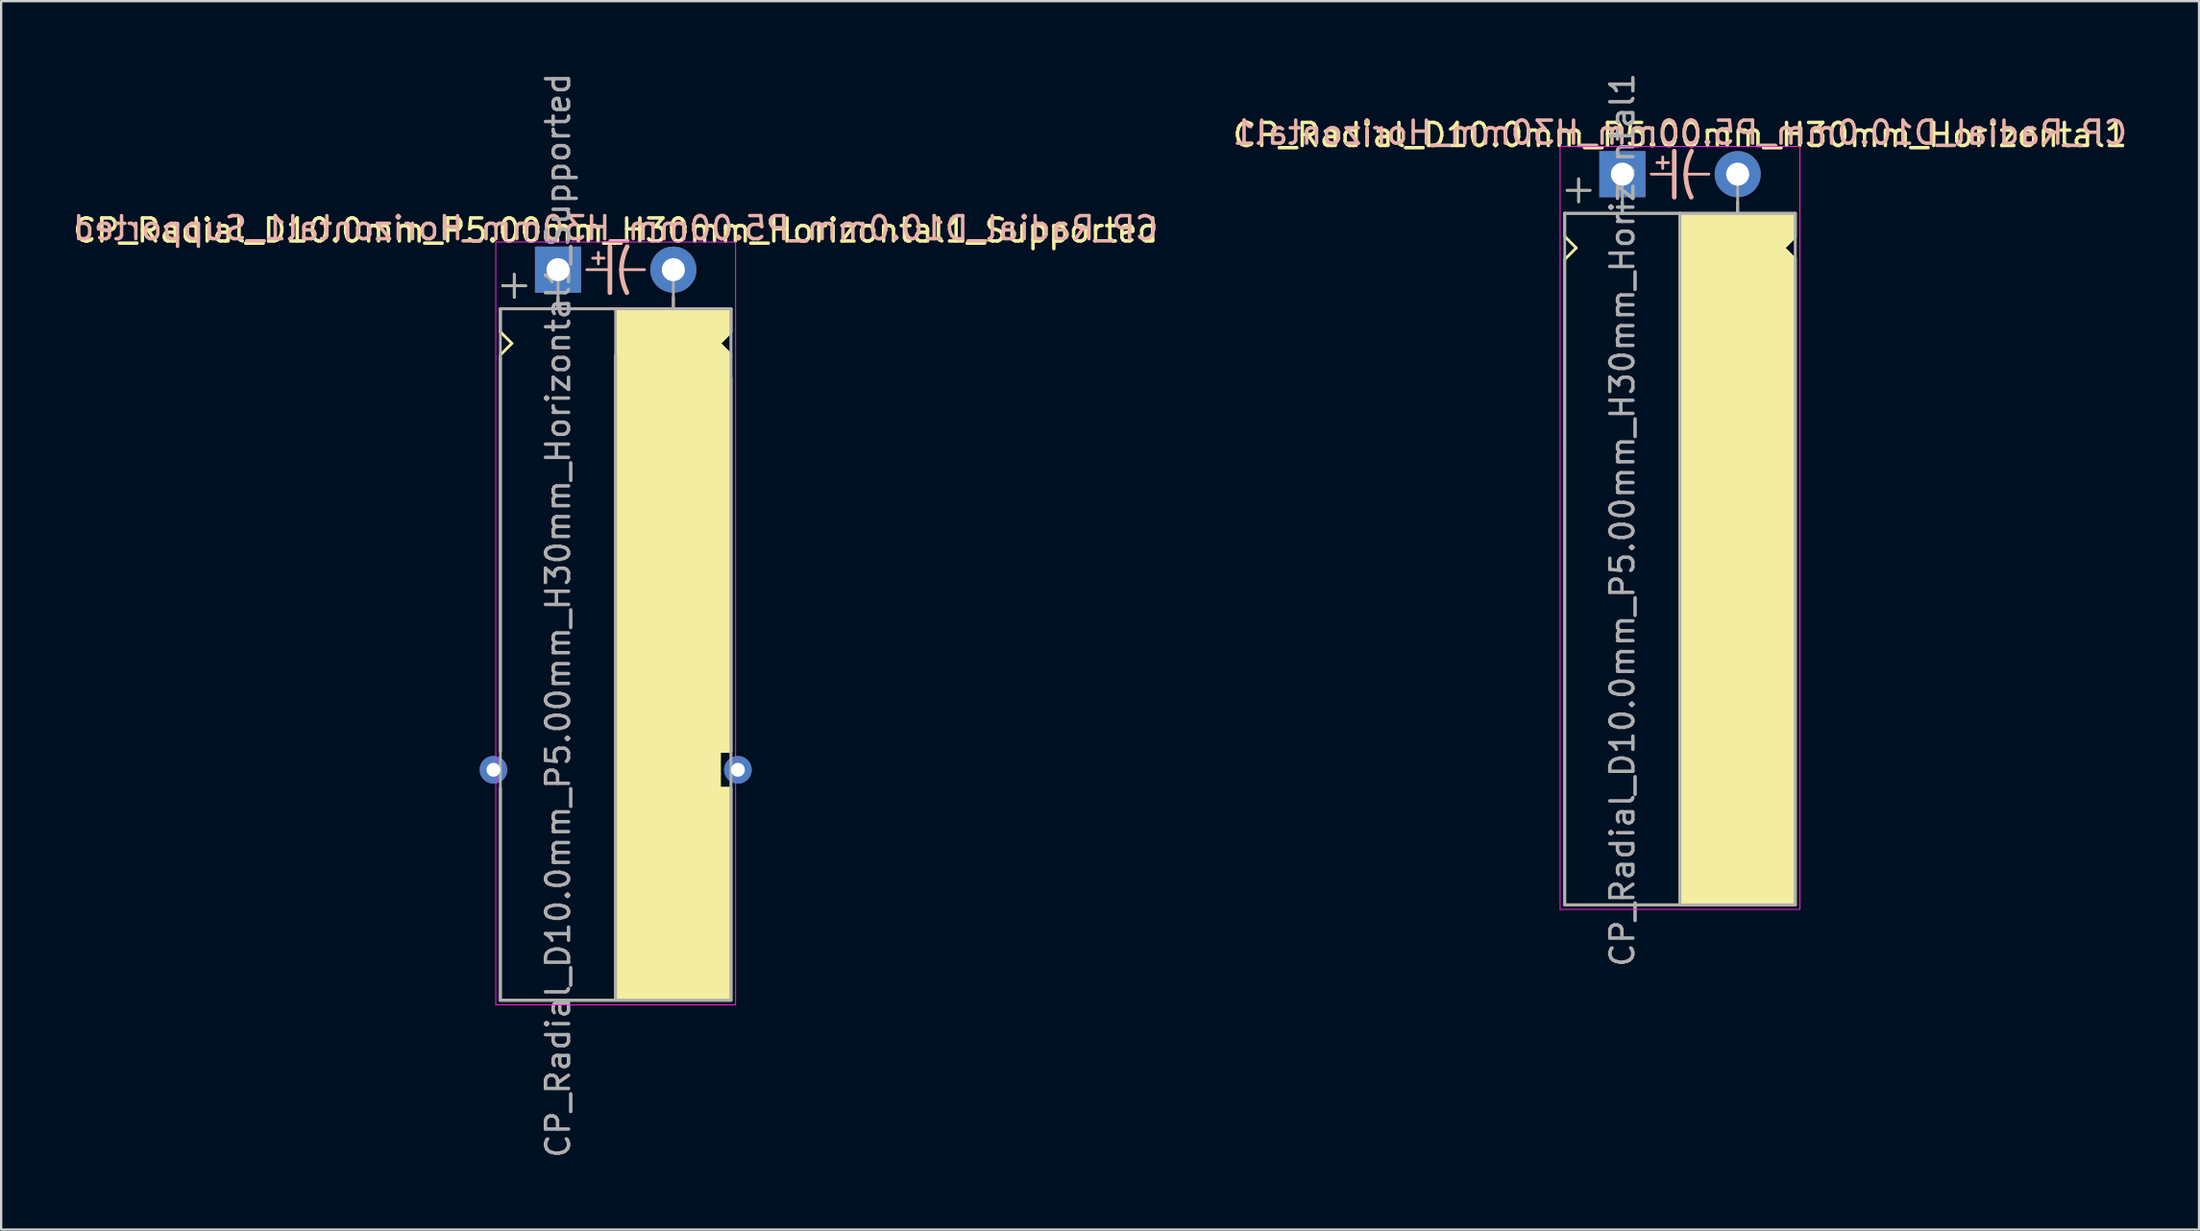
<source format=kicad_pcb>
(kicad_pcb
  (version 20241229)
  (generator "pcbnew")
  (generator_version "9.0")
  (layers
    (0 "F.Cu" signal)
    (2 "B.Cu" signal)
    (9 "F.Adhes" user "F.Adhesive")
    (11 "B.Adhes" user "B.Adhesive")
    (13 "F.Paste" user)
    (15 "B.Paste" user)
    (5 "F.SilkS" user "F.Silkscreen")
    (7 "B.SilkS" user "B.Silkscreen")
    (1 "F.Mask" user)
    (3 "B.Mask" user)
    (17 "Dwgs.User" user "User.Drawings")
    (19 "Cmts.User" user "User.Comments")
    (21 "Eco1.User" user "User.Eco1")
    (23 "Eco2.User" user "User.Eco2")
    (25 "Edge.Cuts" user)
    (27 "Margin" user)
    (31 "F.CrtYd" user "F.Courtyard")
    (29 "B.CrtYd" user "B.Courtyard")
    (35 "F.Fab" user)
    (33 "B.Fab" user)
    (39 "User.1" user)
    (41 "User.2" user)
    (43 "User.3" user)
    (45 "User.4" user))
  (footprint "CP_Radial_D10.0mm_P5.00mm_H30mm_Horizontal1"
    (layer "F.Cu")
    (at 67.304 4.506)
    (property "Reference" "CP_Radial_D10.0mm_P5.00mm_H30mm_Horizontal1" (at 2.5 -1.7 0) (layer "F.SilkS") (effects (font (size 1 1) (thickness 0.15))))
    (fp_line (start -2.5 1.7) (end -2.5 2.7) (stroke (width 0.12) (type solid)) (layer "F.SilkS"))
    (fp_line (start -2.5 2.7) (end -2 3.2) (stroke (width 0.12) (type solid)) (layer "F.SilkS"))
    (fp_line (start -2.5 3.7) (end -2.5 11.7) (stroke (width 0.12) (type solid)) (layer "F.SilkS"))
    (fp_line (start -2.5 11.7) (end -2.5 31.7) (stroke (width 0.12) (type solid)) (layer "F.SilkS"))
    (fp_line (start -2.5 31.7) (end 7.5 31.7) (stroke (width 0.12) (type solid)) (layer "F.SilkS"))
    (fp_line (start -2 3.2) (end -2.5 3.7) (stroke (width 0.12) (type solid)) (layer "F.SilkS"))
    (fp_line (start -1.9 0.2) (end -1.9 1.2) (stroke (width 0.12) (type solid)) (layer "F.SilkS"))
    (fp_line (start -1.4 0.7) (end -2.4 0.7) (stroke (width 0.12) (type solid)) (layer "F.SilkS"))
    (fp_line (start 0 1.7) (end 0 1.2) (stroke (width 0.12) (type solid)) (layer "F.SilkS"))
    (fp_line (start 2.5 1.7) (end -2.5 1.7) (stroke (width 0.12) (type solid)) (layer "F.SilkS"))
    (fp_line (start 2.5 31.7) (end 2.5 1.7) (stroke (width 0.12) (type solid)) (layer "F.SilkS"))
    (fp_line (start 5 1.7) (end 5 1.2) (stroke (width 0.12) (type solid)) (layer "F.SilkS"))
    (fp_line (start 7 3.2) (end 7.5 3.7) (stroke (width 0.12) (type solid)) (layer "F.SilkS"))
    (fp_line (start 7.5 1.7) (end 2.5 1.7) (stroke (width 0.12) (type solid)) (layer "F.SilkS"))
    (fp_line (start 7.5 1.7) (end 7.5 2.7) (stroke (width 0.12) (type solid)) (layer "F.SilkS"))
    (fp_line (start 7.5 2.7) (end 7 3.2) (stroke (width 0.12) (type solid)) (layer "F.SilkS"))
    (fp_line (start 7.5 3.7) (end 7.5 11.7) (stroke (width 0.12) (type solid)) (layer "F.SilkS"))
    (fp_line (start 7.5 11.7) (end 7.5 31.7) (stroke (width 0.12) (type solid)) (layer "F.SilkS"))
    (fp_poly (pts (xy 7.5 2.7) (xy 7 3.2) (xy 7.5 3.7) (xy 7.5 31.7) (xy 2.5 31.7) (xy 2.5 1.7) (xy 7.5 1.7)) (stroke (width 0.1) (type solid)) (fill yes) (layer "F.SilkS"))
    (fp_line (start 1.25 0) (end 2.25 0) (stroke (width 0.12) (type solid)) (layer "B.SilkS"))
    (fp_line (start 1.5 -0.5) (end 2 -0.5) (stroke (width 0.12) (type solid)) (layer "B.SilkS"))
    (fp_line (start 1.75 -0.75) (end 1.75 -0.25) (stroke (width 0.12) (type solid)) (layer "B.SilkS"))
    (fp_line (start 2.25 1) (end 2.25 -1) (stroke (width 0.2) (type solid)) (layer "B.SilkS"))
    (fp_line (start 3.75 0) (end 2.75 0) (stroke (width 0.12) (type solid)) (layer "B.SilkS"))
    (fp_arc (start 2.75 0) (mid 2.816707 -0.514573) (end 3 -1) (stroke (width 0.2) (type solid)) (layer "B.SilkS"))
    (fp_arc (start 2.987539 1) (mid 2.810248 0.513901) (end 2.75 0) (stroke (width 0.2) (type solid)) (layer "B.SilkS"))
    (fp_line (start -2.7 -1.2) (end 5.3 -1.2) (stroke (width 0.04) (type solid)) (layer "F.CrtYd"))
    (fp_line (start -2.7 31.9) (end -2.7 -1.2) (stroke (width 0.04) (type solid)) (layer "F.CrtYd"))
    (fp_line (start 5.3 -1.2) (end 7.7 -1.2) (stroke (width 0.04) (type solid)) (layer "F.CrtYd"))
    (fp_line (start 7.7 -1.2) (end 7.7 31.9) (stroke (width 0.04) (type solid)) (layer "F.CrtYd"))
    (fp_line (start 7.7 31.9) (end -2.7 31.9) (stroke (width 0.04) (type solid)) (layer "F.CrtYd"))
    (fp_line (start -2.5 1.7) (end -2.5 31.7) (stroke (width 0.12) (type solid)) (layer "F.Fab"))
    (fp_line (start -2.5 31.7) (end 7.5 31.7) (stroke (width 0.12) (type solid)) (layer "F.Fab"))
    (fp_line (start -2.4 0.7) (end -1.4 0.7) (stroke (width 0.1) (type solid)) (layer "F.Fab"))
    (fp_line (start -1.9 1.2) (end -1.9 0.2) (stroke (width 0.1) (type solid)) (layer "F.Fab"))
    (fp_line (start 0 1.7) (end 0 0) (stroke (width 0.12) (type solid)) (layer "F.Fab"))
    (fp_line (start 2.5 1.7) (end 2.5 31.7) (stroke (width 0.12) (type solid)) (layer "F.Fab"))
    (fp_line (start 5 1.7) (end 5 0) (stroke (width 0.12) (type solid)) (layer "F.Fab"))
    (fp_line (start 7.5 1.7) (end -2.5 1.7) (stroke (width 0.12) (type solid)) (layer "F.Fab"))
    (fp_line (start 7.5 31.7) (end 7.5 1.7) (stroke (width 0.12) (type solid)) (layer "F.Fab"))
    (fp_poly (pts (xy 7.5 31.7) (xy 2.5 31.7) (xy 2.5 1.7) (xy 7.5 1.7)) (stroke (width 0.1) (type solid)) (fill no) (layer "F.Fab"))
    (fp_text user "${REFERENCE}" (at 2.5 -1.8 0) (layer "B.SilkS") (effects (font (size 1 1) (thickness 0.15)) (justify mirror)))
    (fp_text user "${REFERENCE}" (at 0 15 90) (layer "F.Fab") (effects (font (size 1 1) (thickness 0.15))))
    (pad "1" thru_hole rect (at 0 0) (size 2 2) (drill 1) (layers "*.Cu" "*.Mask"))
    (pad "2" thru_hole circle (at 5 0) (size 2 2) (drill 1) (layers "*.Cu" "*.Mask")))
  (footprint "CP_Radial_D10.0mm_P5.00mm_H30mm_Horizontal1_Supported"
    (layer "F.Cu")
    (at 21.149 8.649)
    (property "Reference" "CP_Radial_D10.0mm_P5.00mm_H30mm_Horizontal1_Supported" (at 2.5 -1.7 0) (layer "F.SilkS") (effects (font (size 1 1) (thickness 0.15))))
    (fp_line (start -2.5 1.7) (end -2.5 2.7) (stroke (width 0.12) (type solid)) (layer "F.SilkS"))
    (fp_line (start -2.5 2.7) (end -2 3.2) (stroke (width 0.12) (type solid)) (layer "F.SilkS"))
    (fp_line (start -2.5 3.8) (end -2.5 20.9) (stroke (width 0.12) (type solid)) (layer "F.SilkS"))
    (fp_line (start -2.5 22.5) (end -2.5 31.7) (stroke (width 0.12) (type solid)) (layer "F.SilkS"))
    (fp_line (start -2.5 31.7) (end 7.5 31.7) (stroke (width 0.12) (type solid)) (layer "F.SilkS"))
    (fp_line (start -2 3.2) (end -2.5 3.7) (stroke (width 0.12) (type solid)) (layer "F.SilkS"))
    (fp_line (start -1.9 0.2) (end -1.9 1.2) (stroke (width 0.12) (type solid)) (layer "F.SilkS"))
    (fp_line (start -1.4 0.7) (end -2.4 0.7) (stroke (width 0.12) (type solid)) (layer "F.SilkS"))
    (fp_line (start 0 1.7) (end 0 1.2) (stroke (width 0.12) (type solid)) (layer "F.SilkS"))
    (fp_line (start 2.5 1.7) (end -2.5 1.7) (stroke (width 0.12) (type solid)) (layer "F.SilkS"))
    (fp_line (start 2.5 31.7) (end 2.5 3.7) (stroke (width 0.12) (type solid)) (layer "F.SilkS"))
    (fp_line (start 5 1.7) (end 5 1.2) (stroke (width 0.12) (type solid)) (layer "F.SilkS"))
    (fp_line (start 7 3.2) (end 7.5 3.7) (stroke (width 0.12) (type solid)) (layer "F.SilkS"))
    (fp_line (start 7 20.9) (end 7.5 20.9) (stroke (width 0.12) (type solid)) (layer "F.SilkS"))
    (fp_line (start 7 21.9) (end 7 20.9) (stroke (width 0.12) (type solid)) (layer "F.SilkS"))
    (fp_line (start 7 22.5) (end 7 21.9) (stroke (width 0.12) (type solid)) (layer "F.SilkS"))
    (fp_line (start 7.5 1.7) (end 2.5 1.7) (stroke (width 0.12) (type solid)) (layer "F.SilkS"))
    (fp_line (start 7.5 1.7) (end 7.5 2.7) (stroke (width 0.12) (type solid)) (layer "F.SilkS"))
    (fp_line (start 7.5 2.7) (end 7 3.2) (stroke (width 0.12) (type solid)) (layer "F.SilkS"))
    (fp_line (start 7.5 4.7) (end 7.5 20.9) (stroke (width 0.12) (type solid)) (layer "F.SilkS"))
    (fp_line (start 7.5 22.5) (end 7 22.5) (stroke (width 0.12) (type solid)) (layer "F.SilkS"))
    (fp_line (start 7.5 22.5) (end 7.5 31.7) (stroke (width 0.12) (type solid)) (layer "F.SilkS"))
    (fp_poly (pts (xy 7.5 2.7) (xy 7 3.2) (xy 7.5 3.7) (xy 7.5 20.9) (xy 7 20.9) (xy 7 22.5) (xy 7.5 22.5) (xy 7.5 31.7) (xy 2.5 31.7) (xy 2.5 1.7) (xy 7.5 1.7)) (stroke (width 0.1) (type solid)) (fill yes) (layer "F.SilkS"))
    (fp_line (start 1.25 0) (end 2.25 0) (stroke (width 0.12) (type solid)) (layer "B.SilkS"))
    (fp_line (start 1.5 -0.5) (end 2 -0.5) (stroke (width 0.12) (type solid)) (layer "B.SilkS"))
    (fp_line (start 1.75 -0.75) (end 1.75 -0.25) (stroke (width 0.12) (type solid)) (layer "B.SilkS"))
    (fp_line (start 2.25 1) (end 2.25 -1) (stroke (width 0.2) (type solid)) (layer "B.SilkS"))
    (fp_line (start 3.75 0) (end 2.75 0) (stroke (width 0.12) (type solid)) (layer "B.SilkS"))
    (fp_arc (start 2.75 0) (mid 2.816707 -0.514573) (end 3 -1) (stroke (width 0.2) (type solid)) (layer "B.SilkS"))
    (fp_arc (start 2.987539 1) (mid 2.810248 0.513901) (end 2.75 0) (stroke (width 0.2) (type solid)) (layer "B.SilkS"))
    (fp_line (start -2.7 -1.2) (end 5.3 -1.2) (stroke (width 0.04) (type solid)) (layer "F.CrtYd"))
    (fp_line (start -2.7 31.9) (end -2.7 -1.2) (stroke (width 0.04) (type solid)) (layer "F.CrtYd"))
    (fp_line (start 5.3 -1.2) (end 7.7 -1.2) (stroke (width 0.04) (type solid)) (layer "F.CrtYd"))
    (fp_line (start 7.7 -1.2) (end 7.7 31.9) (stroke (width 0.04) (type solid)) (layer "F.CrtYd"))
    (fp_line (start 7.7 31.9) (end -2.7 31.9) (stroke (width 0.04) (type solid)) (layer "F.CrtYd"))
    (fp_line (start -2.5 1.7) (end -2.5 31.7) (stroke (width 0.12) (type solid)) (layer "F.Fab"))
    (fp_line (start -2.5 31.7) (end 7.5 31.7) (stroke (width 0.12) (type solid)) (layer "F.Fab"))
    (fp_line (start -2.4 0.7) (end -1.4 0.7) (stroke (width 0.1) (type solid)) (layer "F.Fab"))
    (fp_line (start -1.9 1.2) (end -1.9 0.2) (stroke (width 0.1) (type solid)) (layer "F.Fab"))
    (fp_line (start 0 1.7) (end 0 0) (stroke (width 0.12) (type solid)) (layer "F.Fab"))
    (fp_line (start 2.5 3.7) (end 2.5 31.7) (stroke (width 0.12) (type solid)) (layer "F.Fab"))
    (fp_line (start 5 1.7) (end 5 0) (stroke (width 0.12) (type solid)) (layer "F.Fab"))
    (fp_line (start 7.5 1.7) (end -2.5 1.7) (stroke (width 0.12) (type solid)) (layer "F.Fab"))
    (fp_line (start 7.5 31.7) (end 7.5 1.7) (stroke (width 0.12) (type solid)) (layer "F.Fab"))
    (fp_poly (pts (xy 7.5 31.7) (xy 2.5 31.7) (xy 2.5 1.7) (xy 7.5 1.7)) (stroke (width 0.1) (type solid)) (fill no) (layer "F.Fab"))
    (fp_text user "${REFERENCE}" (at 2.5 -1.8 0) (layer "B.SilkS") (effects (font (size 1 1) (thickness 0.15)) (justify mirror)))
    (fp_text user "${REFERENCE}" (at 0 15 90) (layer "F.Fab") (effects (font (size 1 1) (thickness 0.15))))
    (pad "1" thru_hole rect (at 0 0) (size 2 2) (drill 1) (layers "*.Cu" "*.Mask"))
    (pad "2" thru_hole circle (at 5 0) (size 2 2) (drill 1) (layers "*.Cu" "*.Mask"))
    (pad "~" thru_hole circle (at -2.8 21.7) (size 1.2 1.2) (drill 0.6) (layers "*.Cu" "*.Mask"))
    (pad "~" thru_hole circle (at 7.8 21.7) (size 1.2 1.2) (drill 0.6) (layers "*.Cu" "*.Mask")))
  (gr_rect
    (start -3 -3)
    (end 92.31 50.298)
    (stroke (width 0.1) (type default))
    (fill no)
    (layer "Edge.Cuts")))
</source>
